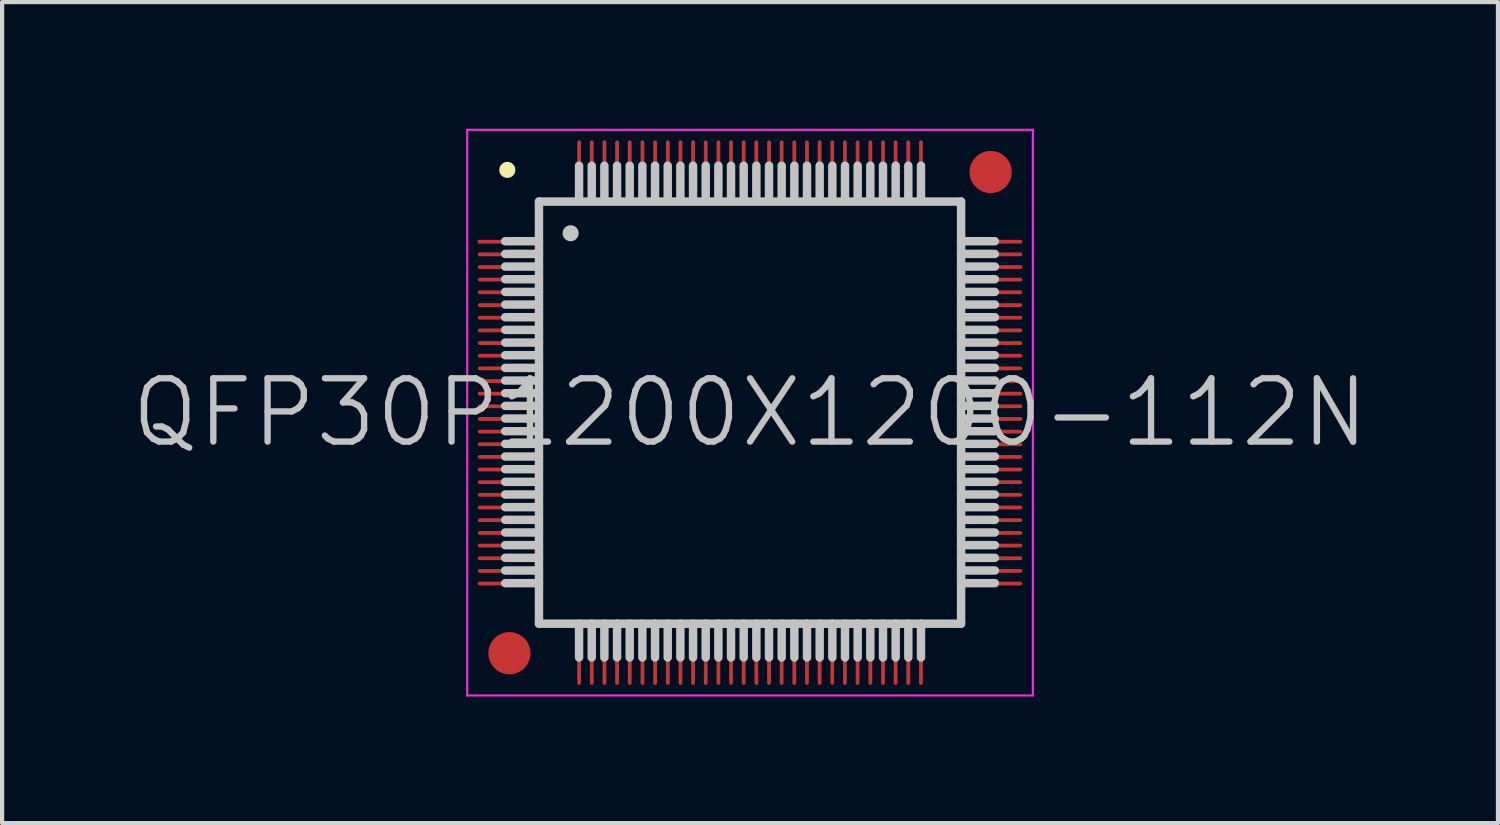
<source format=kicad_pcb>
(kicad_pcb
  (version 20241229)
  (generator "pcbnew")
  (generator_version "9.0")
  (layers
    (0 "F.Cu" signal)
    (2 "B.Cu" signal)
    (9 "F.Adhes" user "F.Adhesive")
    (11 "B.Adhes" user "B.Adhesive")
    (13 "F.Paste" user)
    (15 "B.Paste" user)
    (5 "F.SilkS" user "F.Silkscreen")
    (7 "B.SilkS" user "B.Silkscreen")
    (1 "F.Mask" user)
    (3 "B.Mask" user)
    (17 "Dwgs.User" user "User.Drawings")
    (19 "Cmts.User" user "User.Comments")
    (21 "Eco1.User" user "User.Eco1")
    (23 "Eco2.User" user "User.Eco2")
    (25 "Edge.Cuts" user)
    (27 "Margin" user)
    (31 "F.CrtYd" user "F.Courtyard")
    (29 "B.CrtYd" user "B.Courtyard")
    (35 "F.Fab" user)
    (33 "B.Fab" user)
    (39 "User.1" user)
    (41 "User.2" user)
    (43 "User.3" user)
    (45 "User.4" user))
  (footprint "QFP30P1200X1200-112N"
    (layer "F.Cu")
    (at 14.718 6.725)
    (property "Reference" "QFP30P1200X1200-112N" (at 0 0 0) (layer "Dwgs.User") (effects (font (size 1.5 1.5) (thickness 0.15))))
    (attr smd)
    (fp_line (start -5.75 -5.75) (end -5.75 -5.75) (stroke (width 0.381) (type solid)) (layer "F.SilkS"))
    (fp_line (start -5 -5) (end -5 5) (stroke (width 0.2) (type solid)) (layer "Dwgs.User"))
    (fp_line (start -5 -5) (end 5 -5) (stroke (width 0.2) (type solid)) (layer "Dwgs.User"))
    (fp_line (start -5 -4.06) (end -5.8 -4.06) (stroke (width 0.2) (type solid)) (layer "Dwgs.User"))
    (fp_line (start -5 -3.76) (end -5.8 -3.76) (stroke (width 0.2) (type solid)) (layer "Dwgs.User"))
    (fp_line (start -5 -3.46) (end -5.8 -3.46) (stroke (width 0.2) (type solid)) (layer "Dwgs.User"))
    (fp_line (start -5 -3.16) (end -5.8 -3.16) (stroke (width 0.2) (type solid)) (layer "Dwgs.User"))
    (fp_line (start -5 -2.86) (end -5.8 -2.86) (stroke (width 0.2) (type solid)) (layer "Dwgs.User"))
    (fp_line (start -5 -2.56) (end -5.8 -2.56) (stroke (width 0.2) (type solid)) (layer "Dwgs.User"))
    (fp_line (start -5 -2.26) (end -5.8 -2.26) (stroke (width 0.2) (type solid)) (layer "Dwgs.User"))
    (fp_line (start -5 -1.96) (end -5.8 -1.96) (stroke (width 0.2) (type solid)) (layer "Dwgs.User"))
    (fp_line (start -5 -1.66) (end -5.8 -1.66) (stroke (width 0.2) (type solid)) (layer "Dwgs.User"))
    (fp_line (start -5 -1.36) (end -5.8 -1.36) (stroke (width 0.2) (type solid)) (layer "Dwgs.User"))
    (fp_line (start -5 -1.06) (end -5.8 -1.06) (stroke (width 0.2) (type solid)) (layer "Dwgs.User"))
    (fp_line (start -5 -0.76) (end -5.8 -0.76) (stroke (width 0.2) (type solid)) (layer "Dwgs.User"))
    (fp_line (start -5 -0.46) (end -5.8 -0.46) (stroke (width 0.2) (type solid)) (layer "Dwgs.User"))
    (fp_line (start -5 -0.16) (end -5.8 -0.16) (stroke (width 0.2) (type solid)) (layer "Dwgs.User"))
    (fp_line (start -5 0.14) (end -5.8 0.14) (stroke (width 0.2) (type solid)) (layer "Dwgs.User"))
    (fp_line (start -5 0.44) (end -5.8 0.44) (stroke (width 0.2) (type solid)) (layer "Dwgs.User"))
    (fp_line (start -5 0.74) (end -5.8 0.74) (stroke (width 0.2) (type solid)) (layer "Dwgs.User"))
    (fp_line (start -5 1.04) (end -5.8 1.04) (stroke (width 0.2) (type solid)) (layer "Dwgs.User"))
    (fp_line (start -5 1.34) (end -5.8 1.34) (stroke (width 0.2) (type solid)) (layer "Dwgs.User"))
    (fp_line (start -5 1.64) (end -5.8 1.64) (stroke (width 0.2) (type solid)) (layer "Dwgs.User"))
    (fp_line (start -5 1.94) (end -5.8 1.94) (stroke (width 0.2) (type solid)) (layer "Dwgs.User"))
    (fp_line (start -5 2.24) (end -5.8 2.24) (stroke (width 0.2) (type solid)) (layer "Dwgs.User"))
    (fp_line (start -5 2.54) (end -5.8 2.54) (stroke (width 0.2) (type solid)) (layer "Dwgs.User"))
    (fp_line (start -5 2.84) (end -5.8 2.84) (stroke (width 0.2) (type solid)) (layer "Dwgs.User"))
    (fp_line (start -5 3.14) (end -5.8 3.14) (stroke (width 0.2) (type solid)) (layer "Dwgs.User"))
    (fp_line (start -5 3.44) (end -5.8 3.44) (stroke (width 0.2) (type solid)) (layer "Dwgs.User"))
    (fp_line (start -5 3.74) (end -5.8 3.74) (stroke (width 0.2) (type solid)) (layer "Dwgs.User"))
    (fp_line (start -5 4.04) (end -5.8 4.04) (stroke (width 0.2) (type solid)) (layer "Dwgs.User"))
    (fp_line (start -5 5) (end 5 5) (stroke (width 0.2) (type solid)) (layer "Dwgs.User"))
    (fp_line (start -4.25 -4.25) (end -4.25 -4.25) (stroke (width 0.381) (type solid)) (layer "Dwgs.User"))
    (fp_line (start -4.05 -5.05) (end -4.05 -5.85) (stroke (width 0.2) (type solid)) (layer "Dwgs.User"))
    (fp_line (start -4.05 5.8) (end -4.05 5) (stroke (width 0.2) (type solid)) (layer "Dwgs.User"))
    (fp_line (start -3.75 -5.05) (end -3.75 -5.85) (stroke (width 0.2) (type solid)) (layer "Dwgs.User"))
    (fp_line (start -3.75 5.8) (end -3.75 5) (stroke (width 0.2) (type solid)) (layer "Dwgs.User"))
    (fp_line (start -3.45 -5.05) (end -3.45 -5.85) (stroke (width 0.2) (type solid)) (layer "Dwgs.User"))
    (fp_line (start -3.45 5.8) (end -3.45 5) (stroke (width 0.2) (type solid)) (layer "Dwgs.User"))
    (fp_line (start -3.15 -5.05) (end -3.15 -5.85) (stroke (width 0.2) (type solid)) (layer "Dwgs.User"))
    (fp_line (start -3.15 5.8) (end -3.15 5) (stroke (width 0.2) (type solid)) (layer "Dwgs.User"))
    (fp_line (start -2.85 -5.05) (end -2.85 -5.85) (stroke (width 0.2) (type solid)) (layer "Dwgs.User"))
    (fp_line (start -2.85 5.8) (end -2.85 5) (stroke (width 0.2) (type solid)) (layer "Dwgs.User"))
    (fp_line (start -2.55 -5.05) (end -2.55 -5.85) (stroke (width 0.2) (type solid)) (layer "Dwgs.User"))
    (fp_line (start -2.55 5.8) (end -2.55 5) (stroke (width 0.2) (type solid)) (layer "Dwgs.User"))
    (fp_line (start -2.25 -5.05) (end -2.25 -5.85) (stroke (width 0.2) (type solid)) (layer "Dwgs.User"))
    (fp_line (start -2.25 5.8) (end -2.25 5) (stroke (width 0.2) (type solid)) (layer "Dwgs.User"))
    (fp_line (start -1.95 -5.05) (end -1.95 -5.85) (stroke (width 0.2) (type solid)) (layer "Dwgs.User"))
    (fp_line (start -1.95 5.8) (end -1.95 5) (stroke (width 0.2) (type solid)) (layer "Dwgs.User"))
    (fp_line (start -1.65 -5.05) (end -1.65 -5.85) (stroke (width 0.2) (type solid)) (layer "Dwgs.User"))
    (fp_line (start -1.65 5.8) (end -1.65 5) (stroke (width 0.2) (type solid)) (layer "Dwgs.User"))
    (fp_line (start -1.35 -5.05) (end -1.35 -5.85) (stroke (width 0.2) (type solid)) (layer "Dwgs.User"))
    (fp_line (start -1.35 5.8) (end -1.35 5) (stroke (width 0.2) (type solid)) (layer "Dwgs.User"))
    (fp_line (start -1.05 -5.05) (end -1.05 -5.85) (stroke (width 0.2) (type solid)) (layer "Dwgs.User"))
    (fp_line (start -1.05 5.8) (end -1.05 5) (stroke (width 0.2) (type solid)) (layer "Dwgs.User"))
    (fp_line (start -0.75 -5.05) (end -0.75 -5.85) (stroke (width 0.2) (type solid)) (layer "Dwgs.User"))
    (fp_line (start -0.75 5.8) (end -0.75 5) (stroke (width 0.2) (type solid)) (layer "Dwgs.User"))
    (fp_line (start -0.45 -5.05) (end -0.45 -5.85) (stroke (width 0.2) (type solid)) (layer "Dwgs.User"))
    (fp_line (start -0.45 5.8) (end -0.45 5) (stroke (width 0.2) (type solid)) (layer "Dwgs.User"))
    (fp_line (start -0.15 -5.05) (end -0.15 -5.85) (stroke (width 0.2) (type solid)) (layer "Dwgs.User"))
    (fp_line (start -0.15 5.8) (end -0.15 5) (stroke (width 0.2) (type solid)) (layer "Dwgs.User"))
    (fp_line (start 0.15 -5.05) (end 0.15 -5.85) (stroke (width 0.2) (type solid)) (layer "Dwgs.User"))
    (fp_line (start 0.15 5.8) (end 0.15 5) (stroke (width 0.2) (type solid)) (layer "Dwgs.User"))
    (fp_line (start 0.45 -5.05) (end 0.45 -5.85) (stroke (width 0.2) (type solid)) (layer "Dwgs.User"))
    (fp_line (start 0.45 5.8) (end 0.45 5) (stroke (width 0.2) (type solid)) (layer "Dwgs.User"))
    (fp_line (start 0.75 -5.05) (end 0.75 -5.85) (stroke (width 0.2) (type solid)) (layer "Dwgs.User"))
    (fp_line (start 0.75 5.8) (end 0.75 5) (stroke (width 0.2) (type solid)) (layer "Dwgs.User"))
    (fp_line (start 1.05 -5.05) (end 1.05 -5.85) (stroke (width 0.2) (type solid)) (layer "Dwgs.User"))
    (fp_line (start 1.05 5.8) (end 1.05 5) (stroke (width 0.2) (type solid)) (layer "Dwgs.User"))
    (fp_line (start 1.35 -5.05) (end 1.35 -5.85) (stroke (width 0.2) (type solid)) (layer "Dwgs.User"))
    (fp_line (start 1.35 5.8) (end 1.35 5) (stroke (width 0.2) (type solid)) (layer "Dwgs.User"))
    (fp_line (start 1.65 -5.05) (end 1.65 -5.85) (stroke (width 0.2) (type solid)) (layer "Dwgs.User"))
    (fp_line (start 1.65 5.8) (end 1.65 5) (stroke (width 0.2) (type solid)) (layer "Dwgs.User"))
    (fp_line (start 1.95 -5.05) (end 1.95 -5.85) (stroke (width 0.2) (type solid)) (layer "Dwgs.User"))
    (fp_line (start 1.95 5.8) (end 1.95 5) (stroke (width 0.2) (type solid)) (layer "Dwgs.User"))
    (fp_line (start 2.25 -5.05) (end 2.25 -5.85) (stroke (width 0.2) (type solid)) (layer "Dwgs.User"))
    (fp_line (start 2.25 5.8) (end 2.25 5) (stroke (width 0.2) (type solid)) (layer "Dwgs.User"))
    (fp_line (start 2.55 -5.05) (end 2.55 -5.85) (stroke (width 0.2) (type solid)) (layer "Dwgs.User"))
    (fp_line (start 2.55 5.8) (end 2.55 5) (stroke (width 0.2) (type solid)) (layer "Dwgs.User"))
    (fp_line (start 2.85 -5.05) (end 2.85 -5.85) (stroke (width 0.2) (type solid)) (layer "Dwgs.User"))
    (fp_line (start 2.85 5.8) (end 2.85 5) (stroke (width 0.2) (type solid)) (layer "Dwgs.User"))
    (fp_line (start 3.15 -5.05) (end 3.15 -5.85) (stroke (width 0.2) (type solid)) (layer "Dwgs.User"))
    (fp_line (start 3.15 5.8) (end 3.15 5) (stroke (width 0.2) (type solid)) (layer "Dwgs.User"))
    (fp_line (start 3.45 -5.05) (end 3.45 -5.85) (stroke (width 0.2) (type solid)) (layer "Dwgs.User"))
    (fp_line (start 3.45 5.8) (end 3.45 5) (stroke (width 0.2) (type solid)) (layer "Dwgs.User"))
    (fp_line (start 3.75 -5.05) (end 3.75 -5.85) (stroke (width 0.2) (type solid)) (layer "Dwgs.User"))
    (fp_line (start 3.75 5.8) (end 3.75 5) (stroke (width 0.2) (type solid)) (layer "Dwgs.User"))
    (fp_line (start 4.05 -5.05) (end 4.05 -5.85) (stroke (width 0.2) (type solid)) (layer "Dwgs.User"))
    (fp_line (start 4.05 5.8) (end 4.05 5) (stroke (width 0.2) (type solid)) (layer "Dwgs.User"))
    (fp_line (start 5 -5) (end 5 5) (stroke (width 0.2) (type solid)) (layer "Dwgs.User"))
    (fp_line (start 5.8 -4.06) (end 5 -4.06) (stroke (width 0.2) (type solid)) (layer "Dwgs.User"))
    (fp_line (start 5.8 -3.76) (end 5 -3.76) (stroke (width 0.2) (type solid)) (layer "Dwgs.User"))
    (fp_line (start 5.8 -3.46) (end 5 -3.46) (stroke (width 0.2) (type solid)) (layer "Dwgs.User"))
    (fp_line (start 5.8 -3.16) (end 5 -3.16) (stroke (width 0.2) (type solid)) (layer "Dwgs.User"))
    (fp_line (start 5.8 -2.86) (end 5 -2.86) (stroke (width 0.2) (type solid)) (layer "Dwgs.User"))
    (fp_line (start 5.8 -2.56) (end 5 -2.56) (stroke (width 0.2) (type solid)) (layer "Dwgs.User"))
    (fp_line (start 5.8 -2.26) (end 5 -2.26) (stroke (width 0.2) (type solid)) (layer "Dwgs.User"))
    (fp_line (start 5.8 -1.96) (end 5 -1.96) (stroke (width 0.2) (type solid)) (layer "Dwgs.User"))
    (fp_line (start 5.8 -1.66) (end 5 -1.66) (stroke (width 0.2) (type solid)) (layer "Dwgs.User"))
    (fp_line (start 5.8 -1.36) (end 5 -1.36) (stroke (width 0.2) (type solid)) (layer "Dwgs.User"))
    (fp_line (start 5.8 -1.06) (end 5 -1.06) (stroke (width 0.2) (type solid)) (layer "Dwgs.User"))
    (fp_line (start 5.8 -0.76) (end 5 -0.76) (stroke (width 0.2) (type solid)) (layer "Dwgs.User"))
    (fp_line (start 5.8 -0.46) (end 5 -0.46) (stroke (width 0.2) (type solid)) (layer "Dwgs.User"))
    (fp_line (start 5.8 -0.16) (end 5 -0.16) (stroke (width 0.2) (type solid)) (layer "Dwgs.User"))
    (fp_line (start 5.8 0.14) (end 5 0.14) (stroke (width 0.2) (type solid)) (layer "Dwgs.User"))
    (fp_line (start 5.8 0.44) (end 5 0.44) (stroke (width 0.2) (type solid)) (layer "Dwgs.User"))
    (fp_line (start 5.8 0.74) (end 5 0.74) (stroke (width 0.2) (type solid)) (layer "Dwgs.User"))
    (fp_line (start 5.8 1.04) (end 5 1.04) (stroke (width 0.2) (type solid)) (layer "Dwgs.User"))
    (fp_line (start 5.8 1.34) (end 5 1.34) (stroke (width 0.2) (type solid)) (layer "Dwgs.User"))
    (fp_line (start 5.8 1.64) (end 5 1.64) (stroke (width 0.2) (type solid)) (layer "Dwgs.User"))
    (fp_line (start 5.8 1.94) (end 5 1.94) (stroke (width 0.2) (type solid)) (layer "Dwgs.User"))
    (fp_line (start 5.8 2.24) (end 5 2.24) (stroke (width 0.2) (type solid)) (layer "Dwgs.User"))
    (fp_line (start 5.8 2.54) (end 5 2.54) (stroke (width 0.2) (type solid)) (layer "Dwgs.User"))
    (fp_line (start 5.8 2.84) (end 5 2.84) (stroke (width 0.2) (type solid)) (layer "Dwgs.User"))
    (fp_line (start 5.8 3.14) (end 5 3.14) (stroke (width 0.2) (type solid)) (layer "Dwgs.User"))
    (fp_line (start 5.8 3.44) (end 5 3.44) (stroke (width 0.2) (type solid)) (layer "Dwgs.User"))
    (fp_line (start 5.8 3.74) (end 5 3.74) (stroke (width 0.2) (type solid)) (layer "Dwgs.User"))
    (fp_line (start 5.8 4.04) (end 5 4.04) (stroke (width 0.2) (type solid)) (layer "Dwgs.User"))
    (fp_line (start -6.7 -6.7) (end -6.7 6.7) (stroke (width 0.05) (type solid)) (layer "F.CrtYd"))
    (fp_line (start -6.7 -6.7) (end 6.7 -6.7) (stroke (width 0.05) (type solid)) (layer "F.CrtYd"))
    (fp_line (start -6.7 6.7) (end 6.7 6.7) (stroke (width 0.05) (type solid)) (layer "F.CrtYd"))
    (fp_line (start 6.7 -6.7) (end 6.7 6.7) (stroke (width 0.05) (type solid)) (layer "F.CrtYd"))
    (pad "" smd circle (at -5.7 5.7) (size 1 1) (layers "F.Cu" "F.Mask"))
    (pad "" smd circle (at 5.7 -5.7) (size 1 1) (layers "F.Cu" "F.Mask"))
    (pad "1" smd rect (at -5.7 -4.049 90) (size 0.09 1.5) (layers "F.Cu" "F.Mask" "F.Paste"))
    (pad "2" smd oval (at -5.7 -3.749 90) (size 0.09 1.5) (layers "F.Cu" "F.Mask" "F.Paste"))
    (pad "3" smd oval (at -5.7 -3.449 90) (size 0.09 1.5) (layers "F.Cu" "F.Mask" "F.Paste"))
    (pad "4" smd oval (at -5.7 -3.15 90) (size 0.09 1.5) (layers "F.Cu" "F.Mask" "F.Paste"))
    (pad "5" smd oval (at -5.7 -2.85 90) (size 0.09 1.5) (layers "F.Cu" "F.Mask" "F.Paste"))
    (pad "6" smd oval (at -5.7 -2.548 90) (size 0.09 1.5) (layers "F.Cu" "F.Mask" "F.Paste"))
    (pad "7" smd oval (at -5.7 -2.248 90) (size 0.09 1.5) (layers "F.Cu" "F.Mask" "F.Paste"))
    (pad "8" smd oval (at -5.7 -1.948 90) (size 0.09 1.5) (layers "F.Cu" "F.Mask" "F.Paste"))
    (pad "9" smd oval (at -5.7 -1.648 90) (size 0.09 1.5) (layers "F.Cu" "F.Mask" "F.Paste"))
    (pad "10" smd oval (at -5.7 -1.349 90) (size 0.09 1.5) (layers "F.Cu" "F.Mask" "F.Paste"))
    (pad "11" smd oval (at -5.7 -1.049 90) (size 0.09 1.5) (layers "F.Cu" "F.Mask" "F.Paste"))
    (pad "12" smd oval (at -5.7 -0.749 90) (size 0.09 1.5) (layers "F.Cu" "F.Mask" "F.Paste"))
    (pad "13" smd oval (at -5.7 -0.45 90) (size 0.09 1.5) (layers "F.Cu" "F.Mask" "F.Paste"))
    (pad "14" smd oval (at -5.7 -0.15 90) (size 0.09 1.5) (layers "F.Cu" "F.Mask" "F.Paste"))
    (pad "15" smd oval (at -5.7 0.15 90) (size 0.09 1.5) (layers "F.Cu" "F.Mask" "F.Paste"))
    (pad "16" smd oval (at -5.7 0.45 90) (size 0.09 1.5) (layers "F.Cu" "F.Mask" "F.Paste"))
    (pad "17" smd oval (at -5.7 0.749 90) (size 0.09 1.5) (layers "F.Cu" "F.Mask" "F.Paste"))
    (pad "18" smd oval (at -5.7 1.049 90) (size 0.09 1.5) (layers "F.Cu" "F.Mask" "F.Paste"))
    (pad "19" smd oval (at -5.7 1.349 90) (size 0.09 1.5) (layers "F.Cu" "F.Mask" "F.Paste"))
    (pad "20" smd oval (at -5.7 1.648 90) (size 0.09 1.5) (layers "F.Cu" "F.Mask" "F.Paste"))
    (pad "21" smd oval (at -5.7 1.948 90) (size 0.09 1.5) (layers "F.Cu" "F.Mask" "F.Paste"))
    (pad "22" smd oval (at -5.7 2.248 90) (size 0.09 1.5) (layers "F.Cu" "F.Mask" "F.Paste"))
    (pad "23" smd oval (at -5.7 2.548 90) (size 0.09 1.5) (layers "F.Cu" "F.Mask" "F.Paste"))
    (pad "24" smd oval (at -5.7 2.85 90) (size 0.09 1.5) (layers "F.Cu" "F.Mask" "F.Paste"))
    (pad "25" smd oval (at -5.7 3.15 90) (size 0.09 1.5) (layers "F.Cu" "F.Mask" "F.Paste"))
    (pad "26" smd oval (at -5.7 3.449 90) (size 0.09 1.5) (layers "F.Cu" "F.Mask" "F.Paste"))
    (pad "27" smd oval (at -5.7 3.749 90) (size 0.09 1.5) (layers "F.Cu" "F.Mask" "F.Paste"))
    (pad "28" smd oval (at -5.7 4.049 90) (size 0.09 1.5) (layers "F.Cu" "F.Mask" "F.Paste"))
    (pad "29" smd oval (at -4.049 5.7 180) (size 0.09 1.5) (layers "F.Cu" "F.Mask" "F.Paste"))
    (pad "30" smd oval (at -3.749 5.7 180) (size 0.09 1.5) (layers "F.Cu" "F.Mask" "F.Paste"))
    (pad "31" smd oval (at -3.449 5.7 180) (size 0.09 1.5) (layers "F.Cu" "F.Mask" "F.Paste"))
    (pad "32" smd oval (at -3.15 5.7 180) (size 0.09 1.5) (layers "F.Cu" "F.Mask" "F.Paste"))
    (pad "33" smd oval (at -2.85 5.7 180) (size 0.09 1.5) (layers "F.Cu" "F.Mask" "F.Paste"))
    (pad "34" smd oval (at -2.548 5.7 180) (size 0.09 1.5) (layers "F.Cu" "F.Mask" "F.Paste"))
    (pad "35" smd oval (at -2.248 5.7 180) (size 0.09 1.5) (layers "F.Cu" "F.Mask" "F.Paste"))
    (pad "36" smd oval (at -1.948 5.7 180) (size 0.09 1.5) (layers "F.Cu" "F.Mask" "F.Paste"))
    (pad "37" smd oval (at -1.648 5.7 180) (size 0.09 1.5) (layers "F.Cu" "F.Mask" "F.Paste"))
    (pad "38" smd oval (at -1.349 5.7 180) (size 0.09 1.5) (layers "F.Cu" "F.Mask" "F.Paste"))
    (pad "39" smd oval (at -1.049 5.7 180) (size 0.09 1.5) (layers "F.Cu" "F.Mask" "F.Paste"))
    (pad "40" smd oval (at -0.749 5.7 180) (size 0.09 1.5) (layers "F.Cu" "F.Mask" "F.Paste"))
    (pad "41" smd oval (at -0.45 5.7 180) (size 0.09 1.5) (layers "F.Cu" "F.Mask" "F.Paste"))
    (pad "42" smd oval (at -0.15 5.7 180) (size 0.09 1.5) (layers "F.Cu" "F.Mask" "F.Paste"))
    (pad "43" smd oval (at 0.15 5.7 180) (size 0.09 1.5) (layers "F.Cu" "F.Mask" "F.Paste"))
    (pad "44" smd oval (at 0.45 5.7 180) (size 0.09 1.5) (layers "F.Cu" "F.Mask" "F.Paste"))
    (pad "45" smd oval (at 0.749 5.7 180) (size 0.09 1.5) (layers "F.Cu" "F.Mask" "F.Paste"))
    (pad "46" smd oval (at 1.049 5.7 180) (size 0.09 1.5) (layers "F.Cu" "F.Mask" "F.Paste"))
    (pad "47" smd oval (at 1.349 5.7 180) (size 0.09 1.5) (layers "F.Cu" "F.Mask" "F.Paste"))
    (pad "48" smd oval (at 1.648 5.7 180) (size 0.09 1.5) (layers "F.Cu" "F.Mask" "F.Paste"))
    (pad "49" smd oval (at 1.948 5.7 180) (size 0.09 1.5) (layers "F.Cu" "F.Mask" "F.Paste"))
    (pad "50" smd oval (at 2.248 5.7 180) (size 0.09 1.5) (layers "F.Cu" "F.Mask" "F.Paste"))
    (pad "51" smd oval (at 2.548 5.7 180) (size 0.09 1.5) (layers "F.Cu" "F.Mask" "F.Paste"))
    (pad "52" smd oval (at 2.85 5.7 180) (size 0.09 1.5) (layers "F.Cu" "F.Mask" "F.Paste"))
    (pad "53" smd oval (at 3.15 5.7 180) (size 0.09 1.5) (layers "F.Cu" "F.Mask" "F.Paste"))
    (pad "54" smd oval (at 3.449 5.7 180) (size 0.09 1.5) (layers "F.Cu" "F.Mask" "F.Paste"))
    (pad "55" smd oval (at 3.749 5.7 180) (size 0.09 1.5) (layers "F.Cu" "F.Mask" "F.Paste"))
    (pad "56" smd oval (at 4.049 5.7 180) (size 0.09 1.5) (layers "F.Cu" "F.Mask" "F.Paste"))
    (pad "57" smd oval (at 5.7 4.049 270) (size 0.09 1.5) (layers "F.Cu" "F.Mask" "F.Paste"))
    (pad "58" smd oval (at 5.7 3.749 270) (size 0.09 1.5) (layers "F.Cu" "F.Mask" "F.Paste"))
    (pad "59" smd oval (at 5.7 3.449 270) (size 0.09 1.5) (layers "F.Cu" "F.Mask" "F.Paste"))
    (pad "60" smd oval (at 5.7 3.15 270) (size 0.09 1.5) (layers "F.Cu" "F.Mask" "F.Paste"))
    (pad "61" smd oval (at 5.7 2.85 270) (size 0.09 1.5) (layers "F.Cu" "F.Mask" "F.Paste"))
    (pad "62" smd oval (at 5.7 2.548 270) (size 0.09 1.5) (layers "F.Cu" "F.Mask" "F.Paste"))
    (pad "63" smd oval (at 5.7 2.248 270) (size 0.09 1.5) (layers "F.Cu" "F.Mask" "F.Paste"))
    (pad "64" smd oval (at 5.7 1.948 270) (size 0.09 1.5) (layers "F.Cu" "F.Mask" "F.Paste"))
    (pad "65" smd oval (at 5.7 1.648 270) (size 0.09 1.5) (layers "F.Cu" "F.Mask" "F.Paste"))
    (pad "66" smd oval (at 5.7 1.349 270) (size 0.09 1.5) (layers "F.Cu" "F.Mask" "F.Paste"))
    (pad "67" smd oval (at 5.7 1.049 270) (size 0.09 1.5) (layers "F.Cu" "F.Mask" "F.Paste"))
    (pad "68" smd oval (at 5.7 0.749 270) (size 0.09 1.5) (layers "F.Cu" "F.Mask" "F.Paste"))
    (pad "69" smd oval (at 5.7 0.45 270) (size 0.09 1.5) (layers "F.Cu" "F.Mask" "F.Paste"))
    (pad "70" smd oval (at 5.7 0.15 270) (size 0.09 1.5) (layers "F.Cu" "F.Mask" "F.Paste"))
    (pad "71" smd oval (at 5.7 -0.15 270) (size 0.09 1.5) (layers "F.Cu" "F.Mask" "F.Paste"))
    (pad "72" smd oval (at 5.7 -0.45 270) (size 0.09 1.5) (layers "F.Cu" "F.Mask" "F.Paste"))
    (pad "73" smd oval (at 5.7 -0.749 270) (size 0.09 1.5) (layers "F.Cu" "F.Mask" "F.Paste"))
    (pad "74" smd oval (at 5.7 -1.049 270) (size 0.09 1.5) (layers "F.Cu" "F.Mask" "F.Paste"))
    (pad "75" smd oval (at 5.7 -1.349 270) (size 0.09 1.5) (layers "F.Cu" "F.Mask" "F.Paste"))
    (pad "76" smd oval (at 5.7 -1.648 270) (size 0.09 1.5) (layers "F.Cu" "F.Mask" "F.Paste"))
    (pad "77" smd oval (at 5.7 -1.948 270) (size 0.09 1.5) (layers "F.Cu" "F.Mask" "F.Paste"))
    (pad "78" smd oval (at 5.7 -2.248 270) (size 0.09 1.5) (layers "F.Cu" "F.Mask" "F.Paste"))
    (pad "79" smd oval (at 5.7 -2.548 270) (size 0.09 1.5) (layers "F.Cu" "F.Mask" "F.Paste"))
    (pad "80" smd oval (at 5.7 -2.85 270) (size 0.09 1.5) (layers "F.Cu" "F.Mask" "F.Paste"))
    (pad "81" smd oval (at 5.7 -3.15 270) (size 0.09 1.5) (layers "F.Cu" "F.Mask" "F.Paste"))
    (pad "82" smd oval (at 5.7 -3.449 270) (size 0.09 1.5) (layers "F.Cu" "F.Mask" "F.Paste"))
    (pad "83" smd oval (at 5.7 -3.749 270) (size 0.09 1.5) (layers "F.Cu" "F.Mask" "F.Paste"))
    (pad "84" smd oval (at 5.7 -4.049 270) (size 0.09 1.5) (layers "F.Cu" "F.Mask" "F.Paste"))
    (pad "85" smd oval (at 4.049 -5.7) (size 0.09 1.5) (layers "F.Cu" "F.Mask" "F.Paste"))
    (pad "86" smd oval (at 3.749 -5.7) (size 0.09 1.5) (layers "F.Cu" "F.Mask" "F.Paste"))
    (pad "87" smd oval (at 3.449 -5.7) (size 0.09 1.5) (layers "F.Cu" "F.Mask" "F.Paste"))
    (pad "88" smd oval (at 3.15 -5.7) (size 0.09 1.5) (layers "F.Cu" "F.Mask" "F.Paste"))
    (pad "89" smd oval (at 2.85 -5.7) (size 0.09 1.5) (layers "F.Cu" "F.Mask" "F.Paste"))
    (pad "90" smd oval (at 2.548 -5.7) (size 0.09 1.5) (layers "F.Cu" "F.Mask" "F.Paste"))
    (pad "91" smd oval (at 2.248 -5.7) (size 0.09 1.5) (layers "F.Cu" "F.Mask" "F.Paste"))
    (pad "92" smd oval (at 1.948 -5.7) (size 0.09 1.5) (layers "F.Cu" "F.Mask" "F.Paste"))
    (pad "93" smd oval (at 1.648 -5.7) (size 0.09 1.5) (layers "F.Cu" "F.Mask" "F.Paste"))
    (pad "94" smd oval (at 1.349 -5.7) (size 0.09 1.5) (layers "F.Cu" "F.Mask" "F.Paste"))
    (pad "95" smd oval (at 1.049 -5.7) (size 0.09 1.5) (layers "F.Cu" "F.Mask" "F.Paste"))
    (pad "96" smd oval (at 0.749 -5.7) (size 0.09 1.5) (layers "F.Cu" "F.Mask" "F.Paste"))
    (pad "97" smd oval (at 0.45 -5.7) (size 0.09 1.5) (layers "F.Cu" "F.Mask" "F.Paste"))
    (pad "98" smd oval (at 0.15 -5.7) (size 0.09 1.5) (layers "F.Cu" "F.Mask" "F.Paste"))
    (pad "99" smd oval (at -0.15 -5.7) (size 0.09 1.5) (layers "F.Cu" "F.Mask" "F.Paste"))
    (pad "100" smd oval (at -0.45 -5.7) (size 0.09 1.5) (layers "F.Cu" "F.Mask" "F.Paste"))
    (pad "101" smd oval (at -0.749 -5.7) (size 0.09 1.5) (layers "F.Cu" "F.Mask" "F.Paste"))
    (pad "102" smd oval (at -1.049 -5.7) (size 0.09 1.5) (layers "F.Cu" "F.Mask" "F.Paste"))
    (pad "103" smd oval (at -1.349 -5.7) (size 0.09 1.5) (layers "F.Cu" "F.Mask" "F.Paste"))
    (pad "104" smd oval (at -1.648 -5.7) (size 0.09 1.5) (layers "F.Cu" "F.Mask" "F.Paste"))
    (pad "105" smd oval (at -1.948 -5.7) (size 0.09 1.5) (layers "F.Cu" "F.Mask" "F.Paste"))
    (pad "106" smd oval (at -2.248 -5.7) (size 0.09 1.5) (layers "F.Cu" "F.Mask" "F.Paste"))
    (pad "107" smd oval (at -2.548 -5.7) (size 0.09 1.5) (layers "F.Cu" "F.Mask" "F.Paste"))
    (pad "108" smd oval (at -2.85 -5.7) (size 0.09 1.5) (layers "F.Cu" "F.Mask" "F.Paste"))
    (pad "109" smd oval (at -3.15 -5.7) (size 0.09 1.5) (layers "F.Cu" "F.Mask" "F.Paste"))
    (pad "110" smd oval (at -3.449 -5.7) (size 0.09 1.5) (layers "F.Cu" "F.Mask" "F.Paste"))
    (pad "111" smd oval (at -3.749 -5.7) (size 0.09 1.5) (layers "F.Cu" "F.Mask" "F.Paste"))
    (pad "112" smd oval (at -4.049 -5.7) (size 0.09 1.5) (layers "F.Cu" "F.Mask" "F.Paste")))
  (gr_rect
    (start -3 -3)
    (end 32.436 16.45)
    (stroke (width 0.1) (type default))
    (fill no)
    (layer "Edge.Cuts")))
</source>
